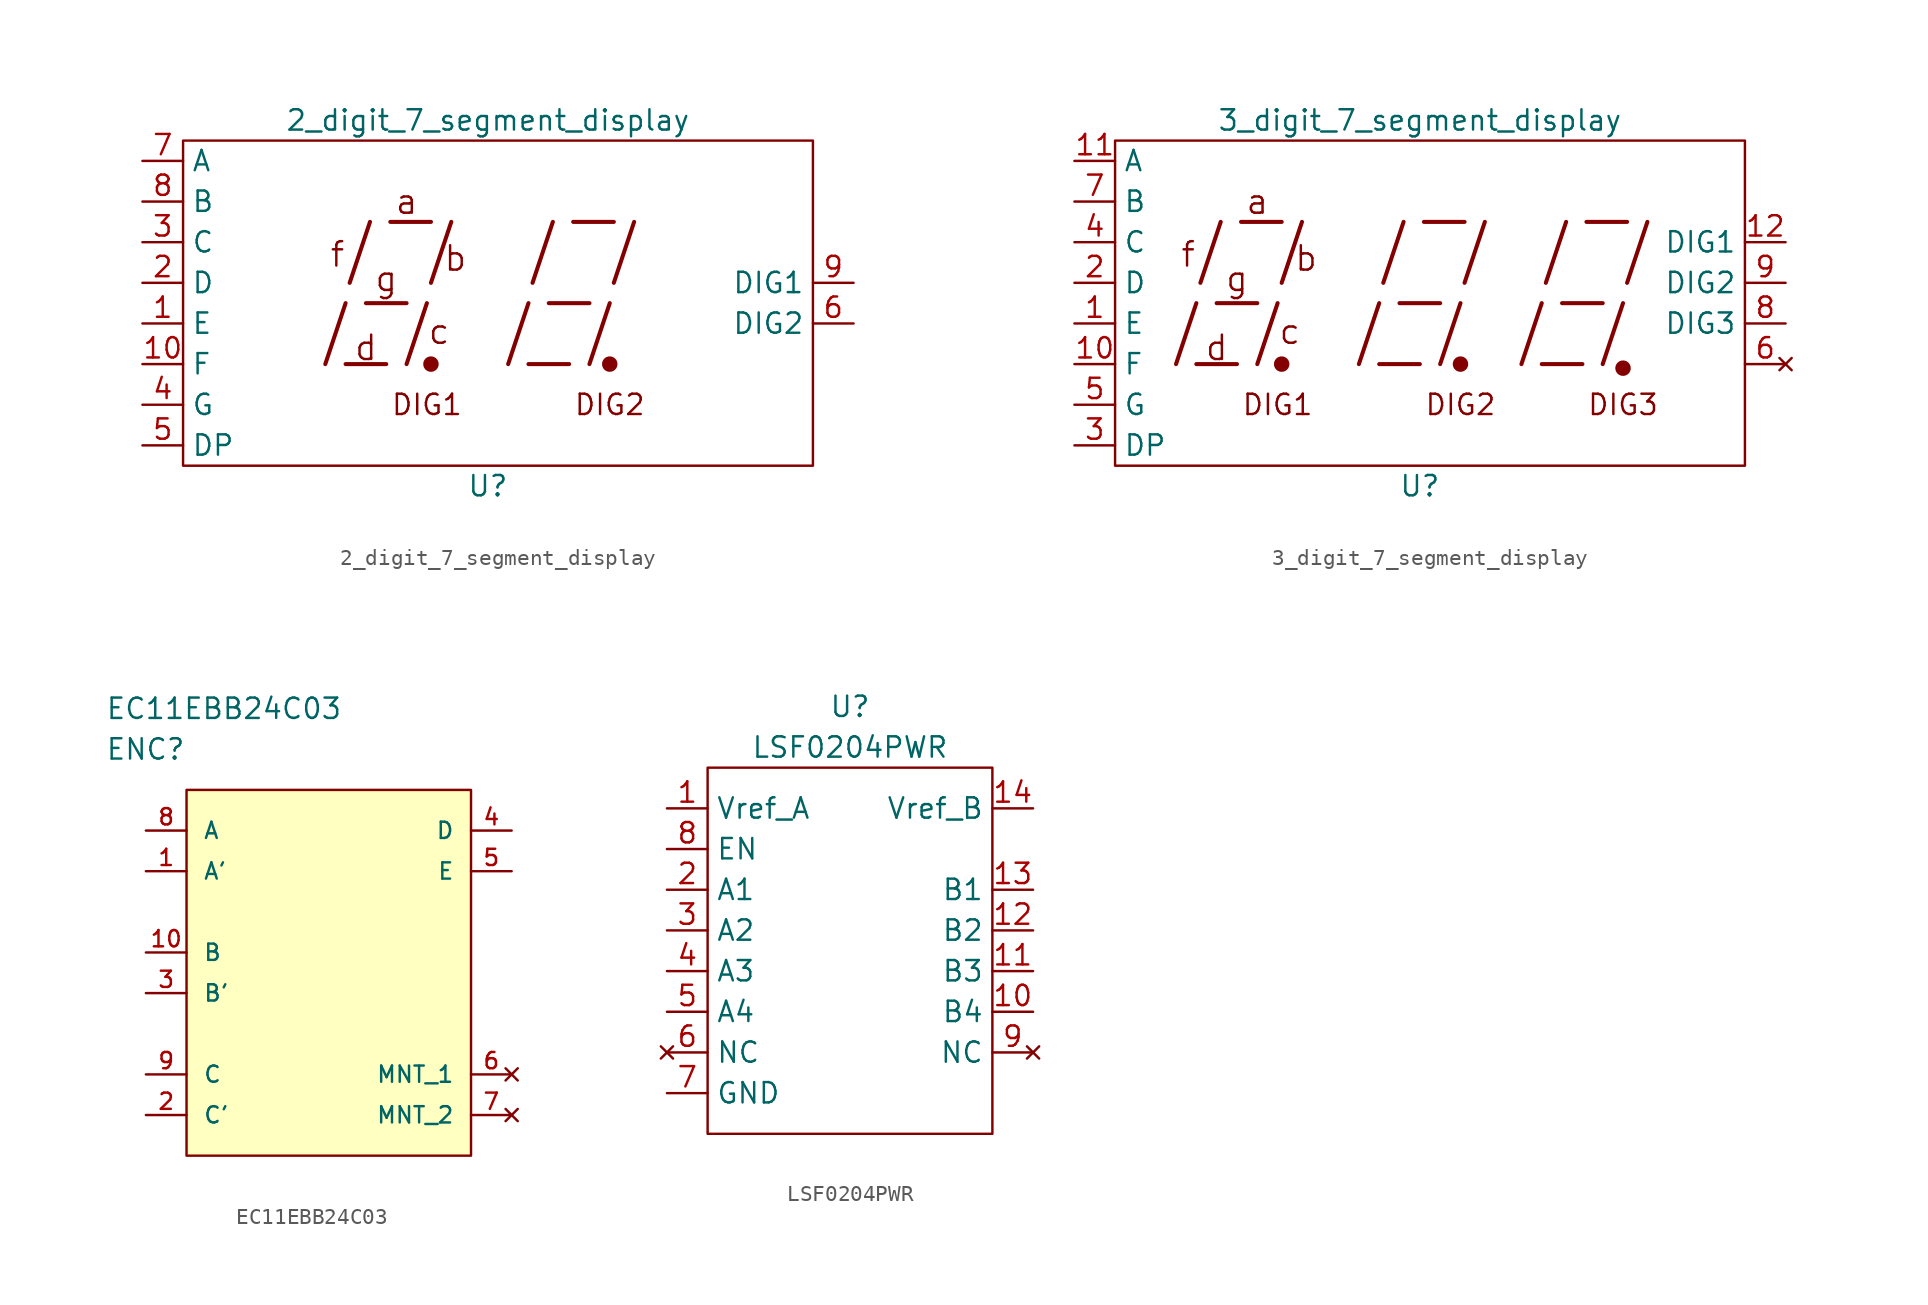
<source format=kicad_sym>
(kicad_symbol_lib
  (version 20211014)
  (generator kicad_symbol_editor)
  (symbol "2_digit_7_segment_display"
    (property "Reference" "U"
      (at 0 -11.43 0)
      (effects (font (size 1.27 1.27))))
    (property "Value" "2_digit_7_segment_display"
      (at 0 11.43 0)
      (effects (font (size 1.27 1.27))))
    (symbol "2_digit_7_segment_display_0_0"
      (polyline (pts (xy -10.16 -3.81) (xy -8.89 0)) (stroke (width 0.254) (type default) (color 0 0 0 0)) (fill (type none)))
      (polyline (pts (xy -8.89 -3.81) (xy -6.35 -3.81)) (stroke (width 0.254) (type default) (color 0 0 0 0)) (fill (type none)))
      (polyline (pts (xy -8.636 1.27) (xy -7.366 5.08)) (stroke (width 0.254) (type default) (color 0 0 0 0)) (fill (type none)))
      (polyline (pts (xy -7.62 0) (xy -5.08 0)) (stroke (width 0.254) (type default) (color 0 0 0 0)) (fill (type none)))
      (polyline (pts (xy -6.096 5.08) (xy -3.556 5.08)) (stroke (width 0.254) (type default) (color 0 0 0 0)) (fill (type none)))
      (polyline (pts (xy -5.08 -3.81) (xy -3.81 0)) (stroke (width 0.254) (type default) (color 0 0 0 0)) (fill (type none)))
      (polyline (pts (xy -3.556 1.27) (xy -2.286 5.08)) (stroke (width 0.254) (type default) (color 0 0 0 0)) (fill (type none)))
      (polyline (pts (xy 1.27 -3.81) (xy 2.54 0)) (stroke (width 0.254) (type default) (color 0 0 0 0)) (fill (type none)))
      (polyline (pts (xy 2.54 -3.81) (xy 5.08 -3.81)) (stroke (width 0.254) (type default) (color 0 0 0 0)) (fill (type none)))
      (polyline (pts (xy 2.794 1.27) (xy 4.064 5.08)) (stroke (width 0.254) (type default) (color 0 0 0 0)) (fill (type none)))
      (polyline (pts (xy 3.81 0) (xy 6.35 0)) (stroke (width 0.254) (type default) (color 0 0 0 0)) (fill (type none)))
      (polyline (pts (xy 5.334 5.08) (xy 7.874 5.08)) (stroke (width 0.254) (type default) (color 0 0 0 0)) (fill (type none)))
      (polyline (pts (xy 6.35 -3.81) (xy 7.62 0)) (stroke (width 0.254) (type default) (color 0 0 0 0)) (fill (type none)))
      (polyline (pts (xy 7.874 1.27) (xy 9.144 5.08)) (stroke (width 0.254) (type default) (color 0 0 0 0)) (fill (type none)))
      (text "a" (at -5.08 6.35 0) (effects (font (size 1.524 1.524))))
      (text "b" (at -2.032 2.794 0) (effects (font (size 1.524 1.524))))
      (text "c" (at -3.048 -1.778 0) (effects (font (size 1.524 1.524))))
      (text "d" (at -7.62 -2.794 0) (effects (font (size 1.524 1.524))))
      (text "DIG1" (at -3.81 -6.35 0) (effects (font (size 1.27 1.27))))
      (text "DIG2" (at 7.62 -6.35 0) (effects (font (size 1.27 1.27))))
      (text "f" (at -9.398 3.048 0) (effects (font (size 1.524 1.524))))
      (text "g" (at -6.35 1.524 0) (effects (font (size 1.524 1.524))))
      (pin input line (at -21.59 -1.27 0) (length 2.54) (name "E" (effects (font (size 1.27 1.27)))) (number "1" (effects (font (size 1.27 1.27)))))
      (pin input line (at -21.59 -3.81 0) (length 2.54) (name "F" (effects (font (size 1.27 1.27)))) (number "10" (effects (font (size 1.27 1.27)))))
      (pin input line (at -21.59 1.27 0) (length 2.54) (name "D" (effects (font (size 1.27 1.27)))) (number "2" (effects (font (size 1.27 1.27)))))
      (pin input line (at -21.59 3.81 0) (length 2.54) (name "C" (effects (font (size 1.27 1.27)))) (number "3" (effects (font (size 1.27 1.27)))))
      (pin input line (at -21.59 -6.35 0) (length 2.54) (name "G" (effects (font (size 1.27 1.27)))) (number "4" (effects (font (size 1.27 1.27)))))
      (pin input line (at -21.59 -8.89 0) (length 2.54) (name "DP" (effects (font (size 1.27 1.27)))) (number "5" (effects (font (size 1.27 1.27)))))
      (pin input line (at 22.86 -1.27 180) (length 2.54) (name "DIG2" (effects (font (size 1.27 1.27)))) (number "6" (effects (font (size 1.27 1.27)))))
      (pin input line (at -21.59 8.89 0) (length 2.54) (name "A" (effects (font (size 1.27 1.27)))) (number "7" (effects (font (size 1.27 1.27)))))
      (pin input line (at -21.59 6.35 0) (length 2.54) (name "B" (effects (font (size 1.27 1.27)))) (number "8" (effects (font (size 1.27 1.27)))))
      (pin input line (at 22.86 1.27 180) (length 2.54) (name "DIG1" (effects (font (size 1.27 1.27)))) (number "9" (effects (font (size 1.27 1.27))))))
    (symbol "2_digit_7_segment_display_0_1"
      (rectangle (start -19.05 10.16) (end 20.32 -10.16) (stroke (width 0) (type default) (color 0 0 0 0)) (fill (type none)))
      (circle (center -3.556 -3.81) (radius 0.356) (stroke (width 0.254) (type default) (color 0 0 0 0)) (fill (type outline)))
      (circle (center 7.62 -3.81) (radius 0.356) (stroke (width 0.254) (type default) (color 0 0 0 0)) (fill (type outline)))))
  (symbol "3_digit_7_segment_display"
    (property "Reference" "U"
      (at 0 -11.43 0)
      (effects (font (size 1.27 1.27))))
    (property "Value" "3_digit_7_segment_display"
      (at 0 11.43 0)
      (effects (font (size 1.27 1.27))))
    (symbol "3_digit_7_segment_display_0_0"
      (polyline (pts (xy -15.24 -3.81) (xy -13.97 0)) (stroke (width 0.254) (type default) (color 0 0 0 0)) (fill (type none)))
      (polyline (pts (xy -13.97 -3.81) (xy -11.43 -3.81)) (stroke (width 0.254) (type default) (color 0 0 0 0)) (fill (type none)))
      (polyline (pts (xy -13.716 1.27) (xy -12.446 5.08)) (stroke (width 0.254) (type default) (color 0 0 0 0)) (fill (type none)))
      (polyline (pts (xy -12.7 0) (xy -10.16 0)) (stroke (width 0.254) (type default) (color 0 0 0 0)) (fill (type none)))
      (polyline (pts (xy -11.176 5.08) (xy -8.636 5.08)) (stroke (width 0.254) (type default) (color 0 0 0 0)) (fill (type none)))
      (polyline (pts (xy -10.16 -3.81) (xy -8.89 0)) (stroke (width 0.254) (type default) (color 0 0 0 0)) (fill (type none)))
      (polyline (pts (xy -8.636 1.27) (xy -7.366 5.08)) (stroke (width 0.254) (type default) (color 0 0 0 0)) (fill (type none)))
      (polyline (pts (xy -3.81 -3.81) (xy -2.54 0)) (stroke (width 0.254) (type default) (color 0 0 0 0)) (fill (type none)))
      (polyline (pts (xy -2.54 -3.81) (xy 0 -3.81)) (stroke (width 0.254) (type default) (color 0 0 0 0)) (fill (type none)))
      (polyline (pts (xy -2.286 1.27) (xy -1.016 5.08)) (stroke (width 0.254) (type default) (color 0 0 0 0)) (fill (type none)))
      (polyline (pts (xy -1.27 0) (xy 1.27 0)) (stroke (width 0.254) (type default) (color 0 0 0 0)) (fill (type none)))
      (polyline (pts (xy 0.254 5.08) (xy 2.794 5.08)) (stroke (width 0.254) (type default) (color 0 0 0 0)) (fill (type none)))
      (polyline (pts (xy 1.27 -3.81) (xy 2.54 0)) (stroke (width 0.254) (type default) (color 0 0 0 0)) (fill (type none)))
      (polyline (pts (xy 2.794 1.27) (xy 4.064 5.08)) (stroke (width 0.254) (type default) (color 0 0 0 0)) (fill (type none)))
      (polyline (pts (xy 6.35 -3.81) (xy 7.62 0)) (stroke (width 0.254) (type default) (color 0 0 0 0)) (fill (type none)))
      (polyline (pts (xy 7.62 -3.81) (xy 10.16 -3.81)) (stroke (width 0.254) (type default) (color 0 0 0 0)) (fill (type none)))
      (polyline (pts (xy 7.874 1.27) (xy 9.144 5.08)) (stroke (width 0.254) (type default) (color 0 0 0 0)) (fill (type none)))
      (polyline (pts (xy 8.89 0) (xy 11.43 0)) (stroke (width 0.254) (type default) (color 0 0 0 0)) (fill (type none)))
      (polyline (pts (xy 10.414 5.08) (xy 12.954 5.08)) (stroke (width 0.254) (type default) (color 0 0 0 0)) (fill (type none)))
      (polyline (pts (xy 11.43 -3.81) (xy 12.7 0)) (stroke (width 0.254) (type default) (color 0 0 0 0)) (fill (type none)))
      (polyline (pts (xy 12.954 1.27) (xy 14.224 5.08)) (stroke (width 0.254) (type default) (color 0 0 0 0)) (fill (type none)))
      (text "a" (at -10.16 6.35 0) (effects (font (size 1.524 1.524))))
      (text "b" (at -7.112 2.794 0) (effects (font (size 1.524 1.524))))
      (text "c" (at -8.128 -1.778 0) (effects (font (size 1.524 1.524))))
      (text "d" (at -12.7 -2.794 0) (effects (font (size 1.524 1.524))))
      (text "DIG1" (at -8.89 -6.35 0) (effects (font (size 1.27 1.27))))
      (text "DIG2" (at 2.54 -6.35 0) (effects (font (size 1.27 1.27))))
      (text "DIG3" (at 12.7 -6.35 0) (effects (font (size 1.27 1.27))))
      (text "f" (at -14.478 3.048 0) (effects (font (size 1.524 1.524))))
      (text "g" (at -11.43 1.524 0) (effects (font (size 1.524 1.524))))
      (pin input line (at -21.59 -1.27 0) (length 2.54) (name "E" (effects (font (size 1.27 1.27)))) (number "1" (effects (font (size 1.27 1.27)))))
      (pin input line (at -21.59 -3.81 0) (length 2.54) (name "F" (effects (font (size 1.27 1.27)))) (number "10" (effects (font (size 1.27 1.27)))))
      (pin input line (at -21.59 8.89 0) (length 2.54) (name "A" (effects (font (size 1.27 1.27)))) (number "11" (effects (font (size 1.27 1.27)))))
      (pin input line (at 22.86 3.81 180) (length 2.54) (name "DIG1" (effects (font (size 1.27 1.27)))) (number "12" (effects (font (size 1.27 1.27)))))
      (pin input line (at -21.59 1.27 0) (length 2.54) (name "D" (effects (font (size 1.27 1.27)))) (number "2" (effects (font (size 1.27 1.27)))))
      (pin input line (at -21.59 -8.89 0) (length 2.54) (name "DP" (effects (font (size 1.27 1.27)))) (number "3" (effects (font (size 1.27 1.27)))))
      (pin input line (at -21.59 3.81 0) (length 2.54) (name "C" (effects (font (size 1.27 1.27)))) (number "4" (effects (font (size 1.27 1.27)))))
      (pin input line (at -21.59 -6.35 0) (length 2.54) (name "G" (effects (font (size 1.27 1.27)))) (number "5" (effects (font (size 1.27 1.27)))))
      (pin no_connect line (at 22.86 -3.81 180) (length 2.54) (name "" (effects (font (size 1.27 1.27)))) (number "6" (effects (font (size 1.27 1.27)))))
      (pin input line (at -21.59 6.35 0) (length 2.54) (name "B" (effects (font (size 1.27 1.27)))) (number "7" (effects (font (size 1.27 1.27)))))
      (pin input line (at 22.86 -1.27 180) (length 2.54) (name "DIG3" (effects (font (size 1.27 1.27)))) (number "8" (effects (font (size 1.27 1.27)))))
      (pin input line (at 22.86 1.27 180) (length 2.54) (name "DIG2" (effects (font (size 1.27 1.27)))) (number "9" (effects (font (size 1.27 1.27))))))
    (symbol "3_digit_7_segment_display_0_1"
      (rectangle (start -19.05 10.16) (end 20.32 -10.16) (stroke (width 0) (type default) (color 0 0 0 0)) (fill (type none)))
      (circle (center -8.636 -3.81) (radius 0.356) (stroke (width 0.254) (type default) (color 0 0 0 0)) (fill (type outline)))
      (circle (center 2.54 -3.81) (radius 0.356) (stroke (width 0.254) (type default) (color 0 0 0 0)) (fill (type outline))))
    (symbol "3_digit_7_segment_display_1_0"
      (circle (center 12.7 -4.064) (radius 0.356) (stroke (width 0.254) (type default) (color 0 0 0 0)) (fill (type outline)))))
  (symbol "EC11EBB24C03"
    (pin_names
      (offset 1.016))
    (property "Reference" "ENC"
      (at 0 5.08 0)
      (effects (font (size 1.27 1.27)) (justify left)))
    (property "Value" "EC11EBB24C03"
      (at 0 7.62 0)
      (effects (font (size 1.27 1.27)) (justify left)))
    (symbol "EC11EBB24C03_1_1"
      (rectangle (start 5.08 2.54) (end 22.86 -20.32) (stroke (width 0) (type default) (color 0 0 0 0)) (fill (type background)))
      (pin output line (at 2.54 -2.54 0) (length 2.54) (name "A'" (effects (font (size 1.016 1.016)))) (number "1" (effects (font (size 1.016 1.016)))))
      (pin output line (at 2.54 -7.62 0) (length 2.54) (name "B" (effects (font (size 1.016 1.016)))) (number "10" (effects (font (size 1.016 1.016)))))
      (pin passive line (at 2.54 -17.78 0) (length 2.54) (name "C'" (effects (font (size 1.016 1.016)))) (number "2" (effects (font (size 1.016 1.016)))))
      (pin output line (at 2.54 -10.16 0) (length 2.54) (name "B'" (effects (font (size 1.016 1.016)))) (number "3" (effects (font (size 1.016 1.016)))))
      (pin output line (at 25.4 0 180) (length 2.54) (name "D" (effects (font (size 1.016 1.016)))) (number "4" (effects (font (size 1.016 1.016)))))
      (pin passive line (at 25.4 -2.54 180) (length 2.54) (name "E" (effects (font (size 1.016 1.016)))) (number "5" (effects (font (size 1.016 1.016)))))
      (pin no_connect line (at 25.4 -15.24 180) (length 2.54) (name "MNT_1" (effects (font (size 1.016 1.016)))) (number "6" (effects (font (size 1.016 1.016)))))
      (pin no_connect line (at 25.4 -17.78 180) (length 2.54) (name "MNT_2" (effects (font (size 1.016 1.016)))) (number "7" (effects (font (size 1.016 1.016)))))
      (pin output line (at 2.54 0 0) (length 2.54) (name "A" (effects (font (size 1.016 1.016)))) (number "8" (effects (font (size 1.016 1.016)))))
      (pin passive line (at 2.54 -15.24 0) (length 2.54) (name "C" (effects (font (size 1.016 1.016)))) (number "9" (effects (font (size 1.016 1.016)))))))
  (symbol "LSF0204PWR"
    (property "Reference" "U"
      (at 0 15.24 0)
      (effects (font (size 1.27 1.27))))
    (property "Value" "LSF0204PWR"
      (at 0 12.7 0)
      (effects (font (size 1.27 1.27))))
    (symbol "LSF0204PWR_0_0"
      (pin power_in line (at -11.43 8.89 0) (length 2.54) (name "Vref_A" (effects (font (size 1.27 1.27)))) (number "1" (effects (font (size 1.27 1.27)))))
      (pin bidirectional line (at 11.43 -3.81 180) (length 2.54) (name "B4" (effects (font (size 1.27 1.27)))) (number "10" (effects (font (size 1.27 1.27)))))
      (pin bidirectional line (at 11.43 -1.27 180) (length 2.54) (name "B3" (effects (font (size 1.27 1.27)))) (number "11" (effects (font (size 1.27 1.27)))))
      (pin bidirectional line (at 11.43 1.27 180) (length 2.54) (name "B2" (effects (font (size 1.27 1.27)))) (number "12" (effects (font (size 1.27 1.27)))))
      (pin bidirectional line (at 11.43 3.81 180) (length 2.54) (name "B1" (effects (font (size 1.27 1.27)))) (number "13" (effects (font (size 1.27 1.27)))))
      (pin input line (at 11.43 8.89 180) (length 2.54) (name "Vref_B" (effects (font (size 1.27 1.27)))) (number "14" (effects (font (size 1.27 1.27)))))
      (pin bidirectional line (at -11.43 3.81 0) (length 2.54) (name "A1" (effects (font (size 1.27 1.27)))) (number "2" (effects (font (size 1.27 1.27)))))
      (pin bidirectional line (at -11.43 1.27 0) (length 2.54) (name "A2" (effects (font (size 1.27 1.27)))) (number "3" (effects (font (size 1.27 1.27)))))
      (pin bidirectional line (at -11.43 -1.27 0) (length 2.54) (name "A3" (effects (font (size 1.27 1.27)))) (number "4" (effects (font (size 1.27 1.27)))))
      (pin bidirectional line (at -11.43 -3.81 0) (length 2.54) (name "A4" (effects (font (size 1.27 1.27)))) (number "5" (effects (font (size 1.27 1.27)))))
      (pin no_connect line (at -11.43 -6.35 0) (length 2.54) (name "NC" (effects (font (size 1.27 1.27)))) (number "6" (effects (font (size 1.27 1.27)))))
      (pin power_in line (at -11.43 -8.89 0) (length 2.54) (name "GND" (effects (font (size 1.27 1.27)))) (number "7" (effects (font (size 1.27 1.27)))))
      (pin input line (at -11.43 6.35 0) (length 2.54) (name "EN" (effects (font (size 1.27 1.27)))) (number "8" (effects (font (size 1.27 1.27)))))
      (pin no_connect line (at 11.43 -6.35 180) (length 2.54) (name "NC" (effects (font (size 1.27 1.27)))) (number "9" (effects (font (size 1.27 1.27))))))
    (symbol "LSF0204PWR_0_1"
      (rectangle (start -8.89 11.43) (end 8.89 -11.43) (stroke (width 0) (type default) (color 0 0 0 0)) (fill (type none))))))
</source>
